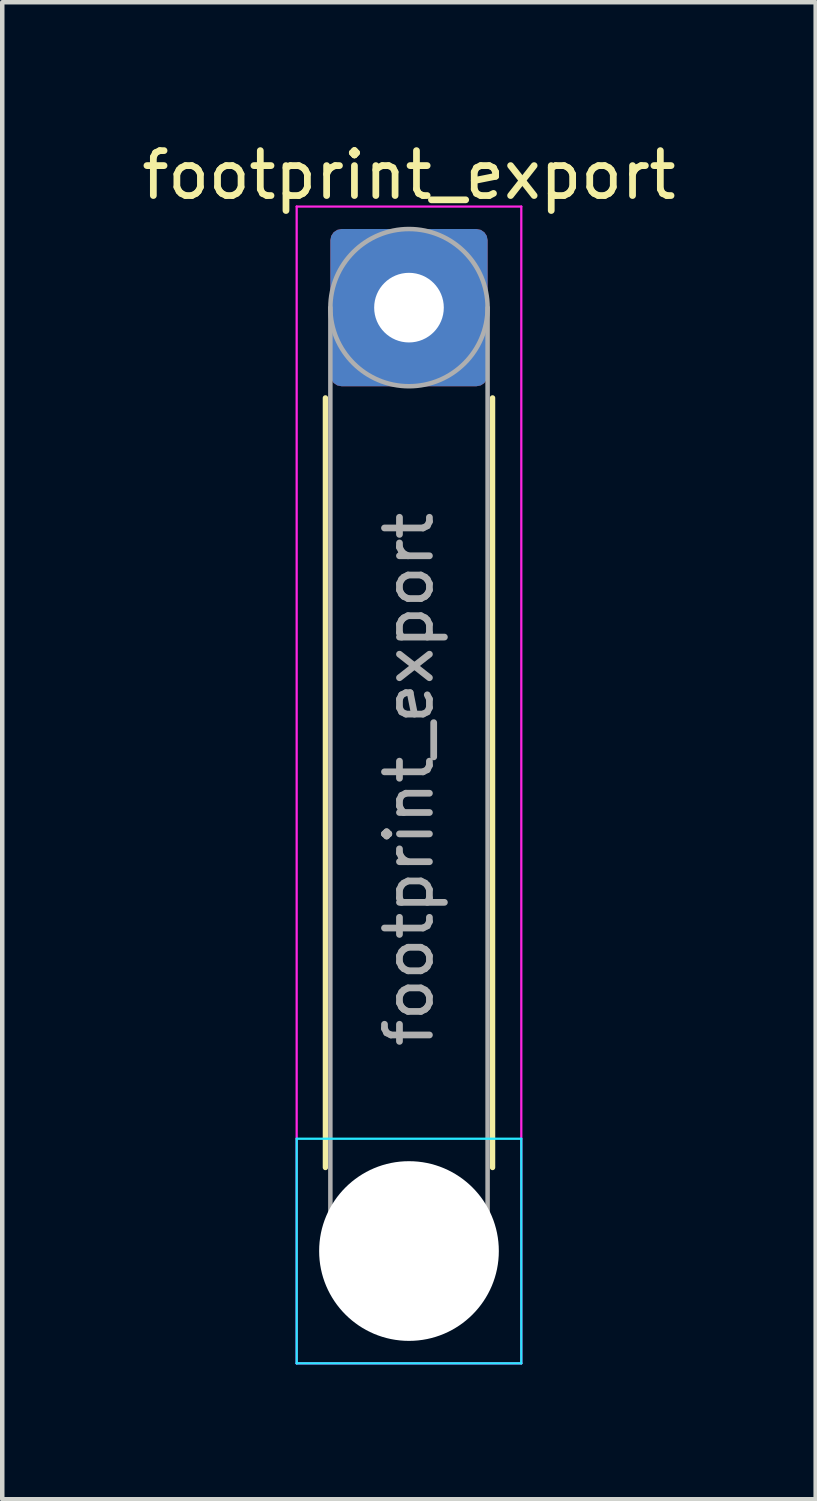
<source format=kicad_pcb>
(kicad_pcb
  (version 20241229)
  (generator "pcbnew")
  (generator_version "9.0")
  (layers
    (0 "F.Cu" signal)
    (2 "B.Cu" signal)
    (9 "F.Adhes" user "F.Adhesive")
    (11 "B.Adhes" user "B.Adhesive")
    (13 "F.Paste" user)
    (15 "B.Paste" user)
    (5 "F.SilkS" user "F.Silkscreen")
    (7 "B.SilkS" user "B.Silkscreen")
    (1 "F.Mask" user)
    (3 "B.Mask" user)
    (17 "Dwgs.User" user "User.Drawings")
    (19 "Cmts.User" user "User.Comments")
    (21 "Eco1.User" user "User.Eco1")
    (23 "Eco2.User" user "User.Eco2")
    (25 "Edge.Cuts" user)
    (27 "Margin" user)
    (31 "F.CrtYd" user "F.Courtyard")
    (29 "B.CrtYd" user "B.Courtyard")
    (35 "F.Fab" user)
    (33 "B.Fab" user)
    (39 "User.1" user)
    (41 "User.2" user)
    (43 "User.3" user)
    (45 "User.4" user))
  (footprint "footprint_export"
    (layer "F.Cu")
    (at 6.054 3.798)
    (property "Reference" "footprint_export" (at 0 -2.95 0) (layer "F.SilkS") (effects (font (size 1 1) (thickness 0.15))))
    (attr exclude_from_pos_files exclude_from_bom)
    (fp_line (start -1.86 2.01) (end -1.86 19.14) (stroke (width 0.12) (type solid)) (layer "F.SilkS"))
    (fp_line (start 1.86 2.01) (end 1.86 19.14) (stroke (width 0.12) (type solid)) (layer "F.SilkS"))
    (fp_line (start -2.5 18.5) (end -2.5 23.5) (stroke (width 0.05) (type solid)) (layer "B.CrtYd"))
    (fp_line (start -2.5 23.5) (end 2.5 23.5) (stroke (width 0.05) (type solid)) (layer "B.CrtYd"))
    (fp_line (start 2.5 18.5) (end -2.5 18.5) (stroke (width 0.05) (type solid)) (layer "B.CrtYd"))
    (fp_line (start 2.5 23.5) (end 2.5 18.5) (stroke (width 0.05) (type solid)) (layer "B.CrtYd"))
    (fp_line (start -2.5 -2.25) (end -2.5 23.5) (stroke (width 0.05) (type solid)) (layer "F.CrtYd"))
    (fp_line (start -2.5 23.5) (end 2.5 23.5) (stroke (width 0.05) (type solid)) (layer "F.CrtYd"))
    (fp_line (start 2.5 -2.25) (end -2.5 -2.25) (stroke (width 0.05) (type solid)) (layer "F.CrtYd"))
    (fp_line (start 2.5 23.5) (end 2.5 -2.25) (stroke (width 0.05) (type solid)) (layer "F.CrtYd"))
    (fp_line (start -1.75 0) (end -1.75 21) (stroke (width 0.1) (type solid)) (layer "F.Fab"))
    (fp_line (start 1.75 0) (end 1.75 21) (stroke (width 0.1) (type solid)) (layer "F.Fab"))
    (fp_circle (center 0 0) (end 1.75 0) (stroke (width 0.1) (type solid)) (fill no) (layer "F.Fab"))
    (fp_circle (center 0 21) (end 1.75 21) (stroke (width 0.1) (type solid)) (fill no) (layer "F.Fab"))
    (fp_text user "${REFERENCE}" (at 0 10.5 90) (layer "F.Fab") (effects (font (size 1 1) (thickness 0.15))))
    (pad "" np_thru_hole circle (at 0 21) (size 4 4) (drill 4) (layers "*.Cu" "*.Mask"))
    (pad "1" thru_hole roundrect (at 0 0) (size 3.5 3.5) (drill 1.55) (layers "*.Cu" "*.Mask") (roundrect_rratio 0.071)))
  (gr_rect
    (start -3 -3)
    (end 15.107 30.323)
    (stroke (width 0.1) (type default))
    (fill no)
    (layer "Edge.Cuts")))
</source>
